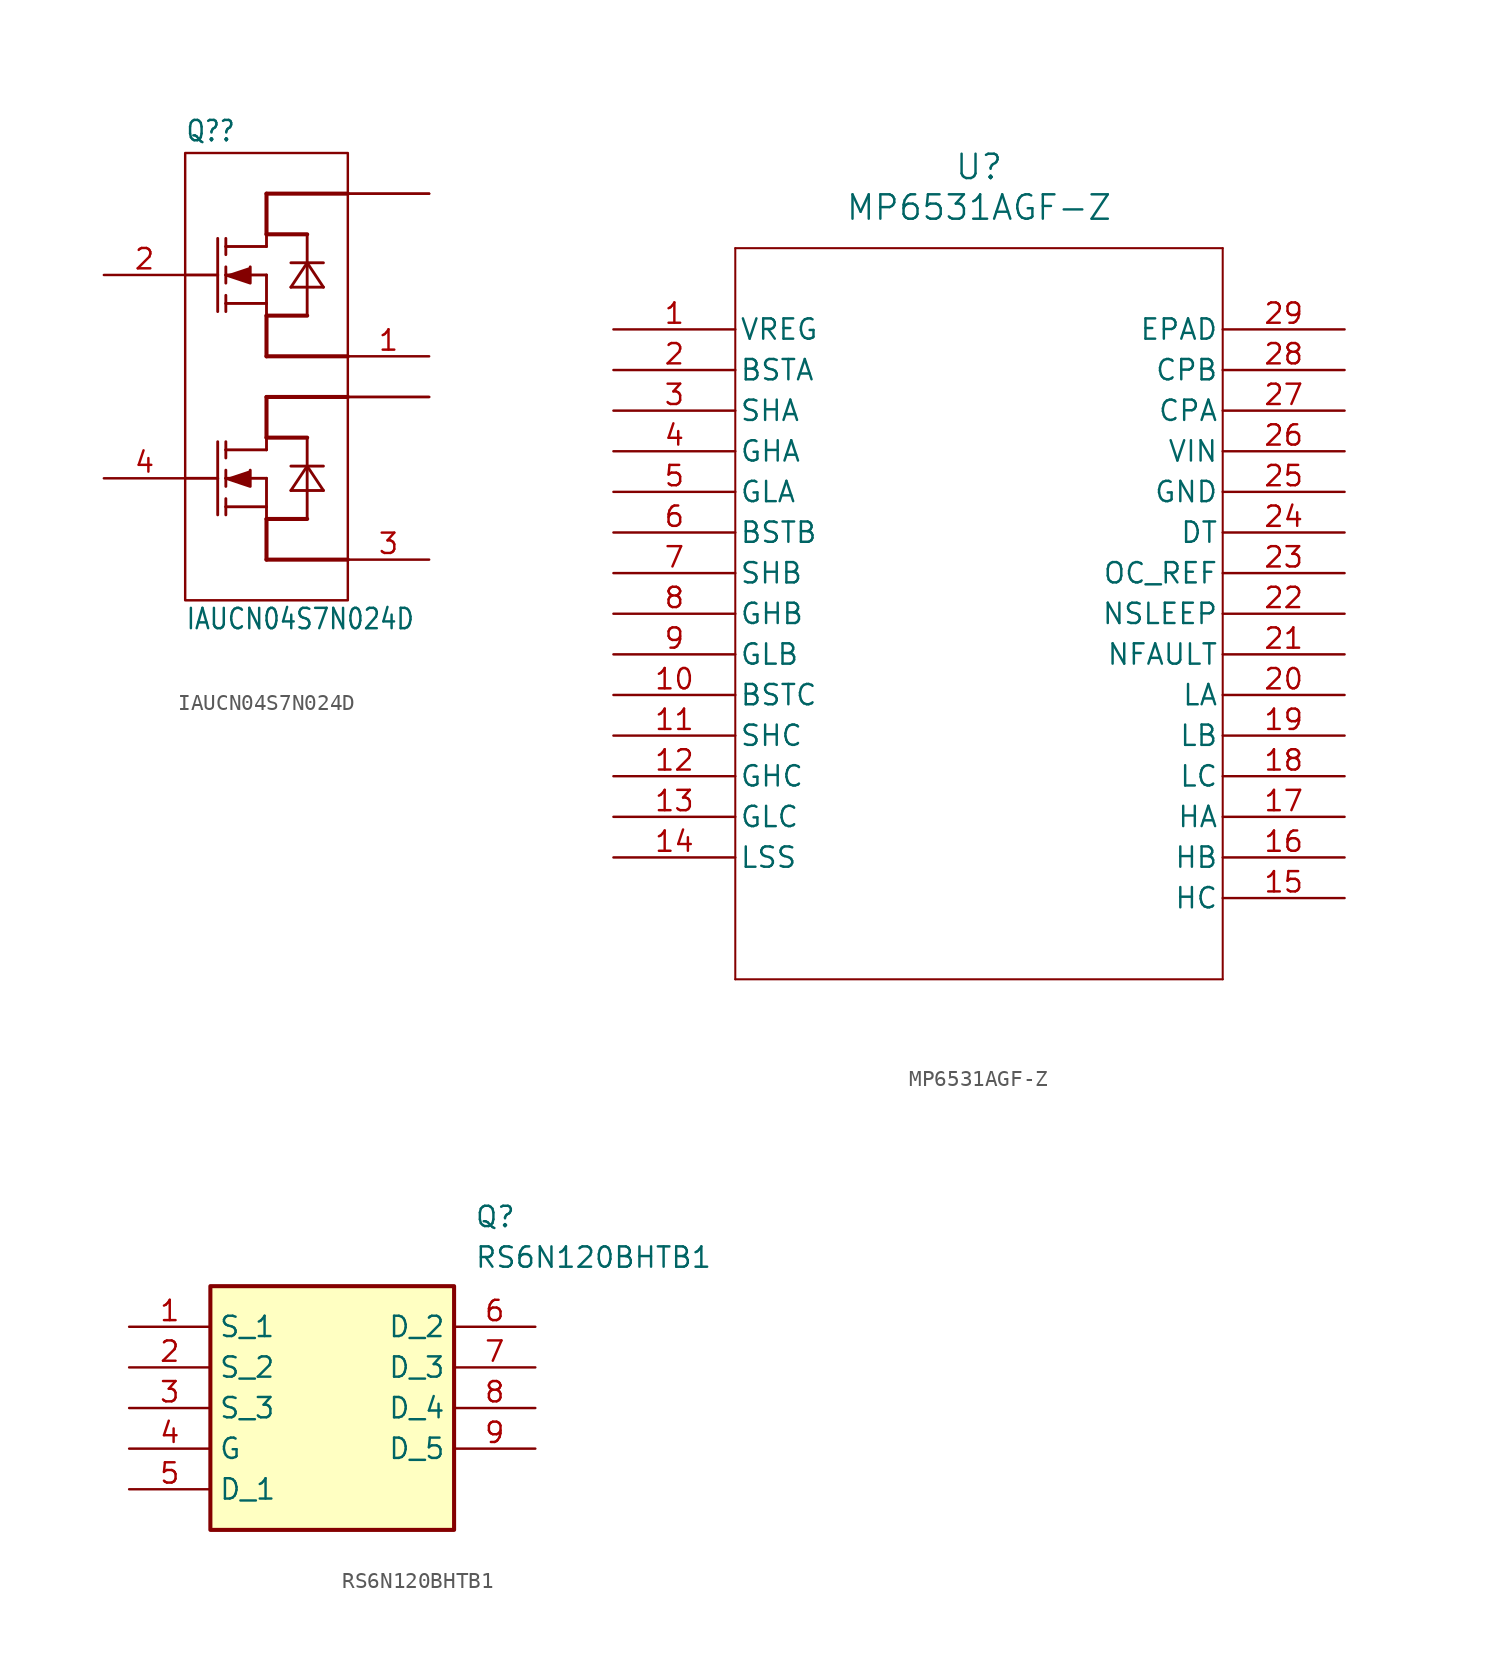
<source format=kicad_sym>
(kicad_symbol_lib
  (version 20241209)
  (generator "kicad_symbol_editor")
  (generator_version "9.0")
  (symbol "IAUCN04S7N024D"
    (property "Reference" "Q?"
      (at 0 0.635 0)
      (effects (font (size 1.27 1.079)) (justify left bottom)))
    (property "Value" "IAUCN04S7N024D"
      (at 0 -29.845 0)
      (effects (font (size 1.27 1.079)) (justify left bottom)))
    (symbol "IAUCN04S7N024D_0_1"
      (rectangle (start 0 0) (end 10.16 -27.94) (stroke (width 0) (type default)) (fill (type none))))
    (symbol "IAUCN04S7N024D_1_0"
      (polyline (pts (xy 2.032 -5.334) (xy 2.032 -7.62)) (stroke (width 0.178) (type solid)) (fill (type none)))
      (polyline (pts (xy 2.032 -7.62) (xy 0 -7.62)) (stroke (width 0.178) (type solid)) (fill (type none)))
      (polyline (pts (xy 2.032 -7.62) (xy 2.032 -9.906)) (stroke (width 0.178) (type solid)) (fill (type none)))
      (polyline (pts (xy 2.032 -18.034) (xy 2.032 -20.32)) (stroke (width 0.178) (type solid)) (fill (type none)))
      (polyline (pts (xy 2.032 -20.32) (xy 0 -20.32)) (stroke (width 0.178) (type solid)) (fill (type none)))
      (polyline (pts (xy 2.032 -20.32) (xy 2.032 -22.606)) (stroke (width 0.178) (type solid)) (fill (type none)))
      (polyline (pts (xy 2.54 -5.334) (xy 2.54 -5.842)) (stroke (width 0.178) (type solid)) (fill (type none)))
      (polyline (pts (xy 2.54 -5.842) (xy 2.54 -6.35)) (stroke (width 0.178) (type solid)) (fill (type none)))
      (polyline (pts (xy 2.54 -5.842) (xy 5.08 -5.842)) (stroke (width 0.178) (type solid)) (fill (type none)))
      (polyline (pts (xy 2.54 -7.112) (xy 2.54 -7.62)) (stroke (width 0.178) (type solid)) (fill (type none)))
      (polyline (pts (xy 2.54 -7.62) (xy 2.54 -8.128)) (stroke (width 0.178) (type solid)) (fill (type none)))
      (polyline (pts (xy 2.54 -7.62) (xy 5.08 -7.62)) (stroke (width 0.178) (type solid)) (fill (type none)))
      (polyline (pts (xy 2.54 -7.62) (xy 4.064 -8.128) (xy 4.064 -7.112)) (stroke (width 0.178) (type solid)) (fill (type outline)))
      (polyline (pts (xy 2.54 -8.89) (xy 2.54 -9.398)) (stroke (width 0.178) (type solid)) (fill (type none)))
      (polyline (pts (xy 2.54 -9.398) (xy 2.54 -9.906)) (stroke (width 0.178) (type solid)) (fill (type none)))
      (polyline (pts (xy 2.54 -9.398) (xy 5.08 -9.398)) (stroke (width 0.178) (type solid)) (fill (type none)))
      (polyline (pts (xy 2.54 -18.034) (xy 2.54 -18.542)) (stroke (width 0.178) (type solid)) (fill (type none)))
      (polyline (pts (xy 2.54 -18.542) (xy 2.54 -19.05)) (stroke (width 0.178) (type solid)) (fill (type none)))
      (polyline (pts (xy 2.54 -18.542) (xy 5.08 -18.542)) (stroke (width 0.178) (type solid)) (fill (type none)))
      (polyline (pts (xy 2.54 -19.812) (xy 2.54 -20.32)) (stroke (width 0.178) (type solid)) (fill (type none)))
      (polyline (pts (xy 2.54 -20.32) (xy 2.54 -20.828)) (stroke (width 0.178) (type solid)) (fill (type none)))
      (polyline (pts (xy 2.54 -20.32) (xy 5.08 -20.32)) (stroke (width 0.178) (type solid)) (fill (type none)))
      (polyline (pts (xy 2.54 -20.32) (xy 4.064 -20.828) (xy 4.064 -19.812)) (stroke (width 0.178) (type solid)) (fill (type outline)))
      (polyline (pts (xy 2.54 -21.59) (xy 2.54 -22.098)) (stroke (width 0.178) (type solid)) (fill (type none)))
      (polyline (pts (xy 2.54 -22.098) (xy 2.54 -22.606)) (stroke (width 0.178) (type solid)) (fill (type none)))
      (polyline (pts (xy 2.54 -22.098) (xy 5.08 -22.098)) (stroke (width 0.178) (type solid)) (fill (type none)))
      (polyline (pts (xy 5.08 -2.54) (xy 10.16 -2.54)) (stroke (width 0.254) (type solid)) (fill (type none)))
      (polyline (pts (xy 5.08 -5.08) (xy 5.08 -2.54)) (stroke (width 0.254) (type solid)) (fill (type none)))
      (polyline (pts (xy 5.08 -5.08) (xy 7.62 -5.08)) (stroke (width 0.254) (type solid)) (fill (type none)))
      (polyline (pts (xy 5.08 -5.842) (xy 5.08 -5.08)) (stroke (width 0.178) (type solid)) (fill (type none)))
      (polyline (pts (xy 5.08 -7.62) (xy 5.08 -9.398)) (stroke (width 0.178) (type solid)) (fill (type none)))
      (polyline (pts (xy 5.08 -9.398) (xy 5.08 -10.16)) (stroke (width 0.178) (type solid)) (fill (type none)))
      (polyline (pts (xy 5.08 -10.16) (xy 5.08 -12.7)) (stroke (width 0.254) (type solid)) (fill (type none)))
      (polyline (pts (xy 5.08 -10.16) (xy 7.62 -10.16)) (stroke (width 0.254) (type solid)) (fill (type none)))
      (polyline (pts (xy 5.08 -12.7) (xy 10.16 -12.7)) (stroke (width 0.254) (type solid)) (fill (type none)))
      (polyline (pts (xy 5.08 -15.24) (xy 10.16 -15.24)) (stroke (width 0.254) (type solid)) (fill (type none)))
      (polyline (pts (xy 5.08 -17.78) (xy 5.08 -15.24)) (stroke (width 0.254) (type solid)) (fill (type none)))
      (polyline (pts (xy 5.08 -17.78) (xy 7.62 -17.78)) (stroke (width 0.254) (type solid)) (fill (type none)))
      (polyline (pts (xy 5.08 -18.542) (xy 5.08 -17.78)) (stroke (width 0.178) (type solid)) (fill (type none)))
      (polyline (pts (xy 5.08 -20.32) (xy 5.08 -22.098)) (stroke (width 0.178) (type solid)) (fill (type none)))
      (polyline (pts (xy 5.08 -22.098) (xy 5.08 -22.86)) (stroke (width 0.178) (type solid)) (fill (type none)))
      (polyline (pts (xy 5.08 -22.86) (xy 5.08 -25.4)) (stroke (width 0.254) (type solid)) (fill (type none)))
      (polyline (pts (xy 5.08 -22.86) (xy 7.62 -22.86)) (stroke (width 0.254) (type solid)) (fill (type none)))
      (polyline (pts (xy 5.08 -25.4) (xy 10.16 -25.4)) (stroke (width 0.254) (type solid)) (fill (type none)))
      (polyline (pts (xy 6.604 -6.858) (xy 7.62 -6.858)) (stroke (width 0.178) (type solid)) (fill (type none)))
      (polyline (pts (xy 6.604 -8.382) (xy 8.636 -8.382)) (stroke (width 0.178) (type solid)) (fill (type none)))
      (polyline (pts (xy 6.604 -19.558) (xy 7.62 -19.558)) (stroke (width 0.178) (type solid)) (fill (type none)))
      (polyline (pts (xy 6.604 -21.082) (xy 8.636 -21.082)) (stroke (width 0.178) (type solid)) (fill (type none)))
      (polyline (pts (xy 7.62 -5.08) (xy 7.62 -6.858)) (stroke (width 0.178) (type solid)) (fill (type none)))
      (polyline (pts (xy 7.62 -6.858) (xy 6.604 -8.382)) (stroke (width 0.178) (type solid)) (fill (type none)))
      (polyline (pts (xy 7.62 -6.858) (xy 7.62 -10.16)) (stroke (width 0.178) (type solid)) (fill (type none)))
      (polyline (pts (xy 7.62 -6.858) (xy 8.636 -6.858)) (stroke (width 0.178) (type solid)) (fill (type none)))
      (polyline (pts (xy 7.62 -17.78) (xy 7.62 -19.558)) (stroke (width 0.178) (type solid)) (fill (type none)))
      (polyline (pts (xy 7.62 -19.558) (xy 6.604 -21.082)) (stroke (width 0.178) (type solid)) (fill (type none)))
      (polyline (pts (xy 7.62 -19.558) (xy 7.62 -22.86)) (stroke (width 0.178) (type solid)) (fill (type none)))
      (polyline (pts (xy 7.62 -19.558) (xy 8.636 -19.558)) (stroke (width 0.178) (type solid)) (fill (type none)))
      (polyline (pts (xy 8.636 -8.382) (xy 7.62 -6.858)) (stroke (width 0.178) (type solid)) (fill (type none)))
      (polyline (pts (xy 8.636 -21.082) (xy 7.62 -19.558)) (stroke (width 0.178) (type solid)) (fill (type none)))
      (pin passive line (at -5.08 -7.62 0) (length 5.08) (name "GATE1" (effects (font (size 0 0)))) (number "2" (effects (font (size 1.27 1.27)))))
      (pin passive line (at -5.08 -20.32 0) (length 5.08) (name "GATE2" (effects (font (size 0 0)))) (number "4" (effects (font (size 1.27 1.27)))))
      (pin passive line (at 15.24 -2.54 180) (length 5.08) (name "DRAIN1@1" (effects (font (size 0 0)))) (number "7" (effects (font (size 0 0)))))
      (pin passive line (at 15.24 -2.54 180) (length 5.08) (name "DRAIN1@2" (effects (font (size 0 0)))) (number "8" (effects (font (size 0 0)))))
      (pin passive line (at 15.24 -12.7 180) (length 5.08) (name "SOURCE1" (effects (font (size 0 0)))) (number "1" (effects (font (size 1.27 1.27)))))
      (pin passive line (at 15.24 -15.24 180) (length 5.08) (name "DRAIN2@1" (effects (font (size 0 0)))) (number "5" (effects (font (size 0 0)))))
      (pin passive line (at 15.24 -15.24 180) (length 5.08) (name "DRAIN2@2" (effects (font (size 0 0)))) (number "6" (effects (font (size 0 0)))))
      (pin passive line (at 15.24 -25.4 180) (length 5.08) (name "SOURCE2" (effects (font (size 0 0)))) (number "3" (effects (font (size 1.27 1.27)))))))
  (symbol "MP6531AGF-Z"
    (pin_names
      (offset 0.254))
    (property "Reference" "U"
      (at 22.86 10.16 0)
      (effects (font (size 1.524 1.524))))
    (property "Value" "MP6531AGF-Z"
      (at 22.86 7.62 0)
      (effects (font (size 1.524 1.524))))
    (symbol "MP6531AGF-Z_0_1"
      (polyline (pts (xy 7.62 5.08) (xy 7.62 -40.64)) (stroke (width 0.127) (type default)) (fill (type none)))
      (polyline (pts (xy 7.62 -40.64) (xy 38.1 -40.64)) (stroke (width 0.127) (type default)) (fill (type none)))
      (polyline (pts (xy 38.1 5.08) (xy 7.62 5.08)) (stroke (width 0.127) (type default)) (fill (type none)))
      (polyline (pts (xy 38.1 -40.64) (xy 38.1 5.08)) (stroke (width 0.127) (type default)) (fill (type none)))
      (pin power_in line (at 0 0 0) (length 7.62) (name "VREG" (effects (font (size 1.27 1.27)))) (number "1" (effects (font (size 1.27 1.27)))))
      (pin unspecified line (at 0 -2.54 0) (length 7.62) (name "BSTA" (effects (font (size 1.27 1.27)))) (number "2" (effects (font (size 1.27 1.27)))))
      (pin unspecified line (at 0 -5.08 0) (length 7.62) (name "SHA" (effects (font (size 1.27 1.27)))) (number "3" (effects (font (size 1.27 1.27)))))
      (pin unspecified line (at 0 -7.62 0) (length 7.62) (name "GHA" (effects (font (size 1.27 1.27)))) (number "4" (effects (font (size 1.27 1.27)))))
      (pin unspecified line (at 0 -10.16 0) (length 7.62) (name "GLA" (effects (font (size 1.27 1.27)))) (number "5" (effects (font (size 1.27 1.27)))))
      (pin unspecified line (at 0 -12.7 0) (length 7.62) (name "BSTB" (effects (font (size 1.27 1.27)))) (number "6" (effects (font (size 1.27 1.27)))))
      (pin unspecified line (at 0 -15.24 0) (length 7.62) (name "SHB" (effects (font (size 1.27 1.27)))) (number "7" (effects (font (size 1.27 1.27)))))
      (pin unspecified line (at 0 -17.78 0) (length 7.62) (name "GHB" (effects (font (size 1.27 1.27)))) (number "8" (effects (font (size 1.27 1.27)))))
      (pin unspecified line (at 0 -20.32 0) (length 7.62) (name "GLB" (effects (font (size 1.27 1.27)))) (number "9" (effects (font (size 1.27 1.27)))))
      (pin unspecified line (at 0 -22.86 0) (length 7.62) (name "BSTC" (effects (font (size 1.27 1.27)))) (number "10" (effects (font (size 1.27 1.27)))))
      (pin unspecified line (at 0 -25.4 0) (length 7.62) (name "SHC" (effects (font (size 1.27 1.27)))) (number "11" (effects (font (size 1.27 1.27)))))
      (pin unspecified line (at 0 -27.94 0) (length 7.62) (name "GHC" (effects (font (size 1.27 1.27)))) (number "12" (effects (font (size 1.27 1.27)))))
      (pin unspecified line (at 0 -30.48 0) (length 7.62) (name "GLC" (effects (font (size 1.27 1.27)))) (number "13" (effects (font (size 1.27 1.27)))))
      (pin unspecified line (at 0 -33.02 0) (length 7.62) (name "LSS" (effects (font (size 1.27 1.27)))) (number "14" (effects (font (size 1.27 1.27)))))
      (pin power_in line (at 45.72 0 180) (length 7.62) (name "EPAD" (effects (font (size 1.27 1.27)))) (number "29" (effects (font (size 1.27 1.27)))))
      (pin unspecified line (at 45.72 -2.54 180) (length 7.62) (name "CPB" (effects (font (size 1.27 1.27)))) (number "28" (effects (font (size 1.27 1.27)))))
      (pin unspecified line (at 45.72 -5.08 180) (length 7.62) (name "CPA" (effects (font (size 1.27 1.27)))) (number "27" (effects (font (size 1.27 1.27)))))
      (pin power_in line (at 45.72 -7.62 180) (length 7.62) (name "VIN" (effects (font (size 1.27 1.27)))) (number "26" (effects (font (size 1.27 1.27)))))
      (pin power_in line (at 45.72 -10.16 180) (length 7.62) (name "GND" (effects (font (size 1.27 1.27)))) (number "25" (effects (font (size 1.27 1.27)))))
      (pin unspecified line (at 45.72 -12.7 180) (length 7.62) (name "DT" (effects (font (size 1.27 1.27)))) (number "24" (effects (font (size 1.27 1.27)))))
      (pin power_in line (at 45.72 -15.24 180) (length 7.62) (name "OC_REF" (effects (font (size 1.27 1.27)))) (number "23" (effects (font (size 1.27 1.27)))))
      (pin unspecified line (at 45.72 -17.78 180) (length 7.62) (name "NSLEEP" (effects (font (size 1.27 1.27)))) (number "22" (effects (font (size 1.27 1.27)))))
      (pin output line (at 45.72 -20.32 180) (length 7.62) (name "NFAULT" (effects (font (size 1.27 1.27)))) (number "21" (effects (font (size 1.27 1.27)))))
      (pin input line (at 45.72 -22.86 180) (length 7.62) (name "LA" (effects (font (size 1.27 1.27)))) (number "20" (effects (font (size 1.27 1.27)))))
      (pin input line (at 45.72 -25.4 180) (length 7.62) (name "LB" (effects (font (size 1.27 1.27)))) (number "19" (effects (font (size 1.27 1.27)))))
      (pin input line (at 45.72 -27.94 180) (length 7.62) (name "LC" (effects (font (size 1.27 1.27)))) (number "18" (effects (font (size 1.27 1.27)))))
      (pin input line (at 45.72 -30.48 180) (length 7.62) (name "HA" (effects (font (size 1.27 1.27)))) (number "17" (effects (font (size 1.27 1.27)))))
      (pin input line (at 45.72 -33.02 180) (length 7.62) (name "HB" (effects (font (size 1.27 1.27)))) (number "16" (effects (font (size 1.27 1.27)))))
      (pin input line (at 45.72 -35.56 180) (length 7.62) (name "HC" (effects (font (size 1.27 1.27)))) (number "15" (effects (font (size 1.27 1.27)))))))
  (symbol "RS6N120BHTB1"
    (property "Reference" "Q"
      (at 21.59 7.62 0)
      (effects (font (size 1.27 1.27)) (justify left top)))
    (property "Value" "RS6N120BHTB1"
      (at 21.59 5.08 0)
      (effects (font (size 1.27 1.27)) (justify left top)))
    (symbol "RS6N120BHTB1_1_1"
      (rectangle (start 5.08 2.54) (end 20.32 -12.7) (stroke (width 0.254) (type default)) (fill (type background)))
      (pin passive line (at 0 0 0) (length 5.08) (name "S_1" (effects (font (size 1.27 1.27)))) (number "1" (effects (font (size 1.27 1.27)))))
      (pin passive line (at 0 -2.54 0) (length 5.08) (name "S_2" (effects (font (size 1.27 1.27)))) (number "2" (effects (font (size 1.27 1.27)))))
      (pin passive line (at 0 -5.08 0) (length 5.08) (name "S_3" (effects (font (size 1.27 1.27)))) (number "3" (effects (font (size 1.27 1.27)))))
      (pin passive line (at 0 -7.62 0) (length 5.08) (name "G" (effects (font (size 1.27 1.27)))) (number "4" (effects (font (size 1.27 1.27)))))
      (pin passive line (at 0 -10.16 0) (length 5.08) (name "D_1" (effects (font (size 1.27 1.27)))) (number "5" (effects (font (size 1.27 1.27)))))
      (pin passive line (at 25.4 0 180) (length 5.08) (name "D_2" (effects (font (size 1.27 1.27)))) (number "6" (effects (font (size 1.27 1.27)))))
      (pin passive line (at 25.4 -2.54 180) (length 5.08) (name "D_3" (effects (font (size 1.27 1.27)))) (number "7" (effects (font (size 1.27 1.27)))))
      (pin passive line (at 25.4 -5.08 180) (length 5.08) (name "D_4" (effects (font (size 1.27 1.27)))) (number "8" (effects (font (size 1.27 1.27)))))
      (pin passive line (at 25.4 -7.62 180) (length 5.08) (name "D_5" (effects (font (size 1.27 1.27)))) (number "9" (effects (font (size 1.27 1.27))))))))
</source>
